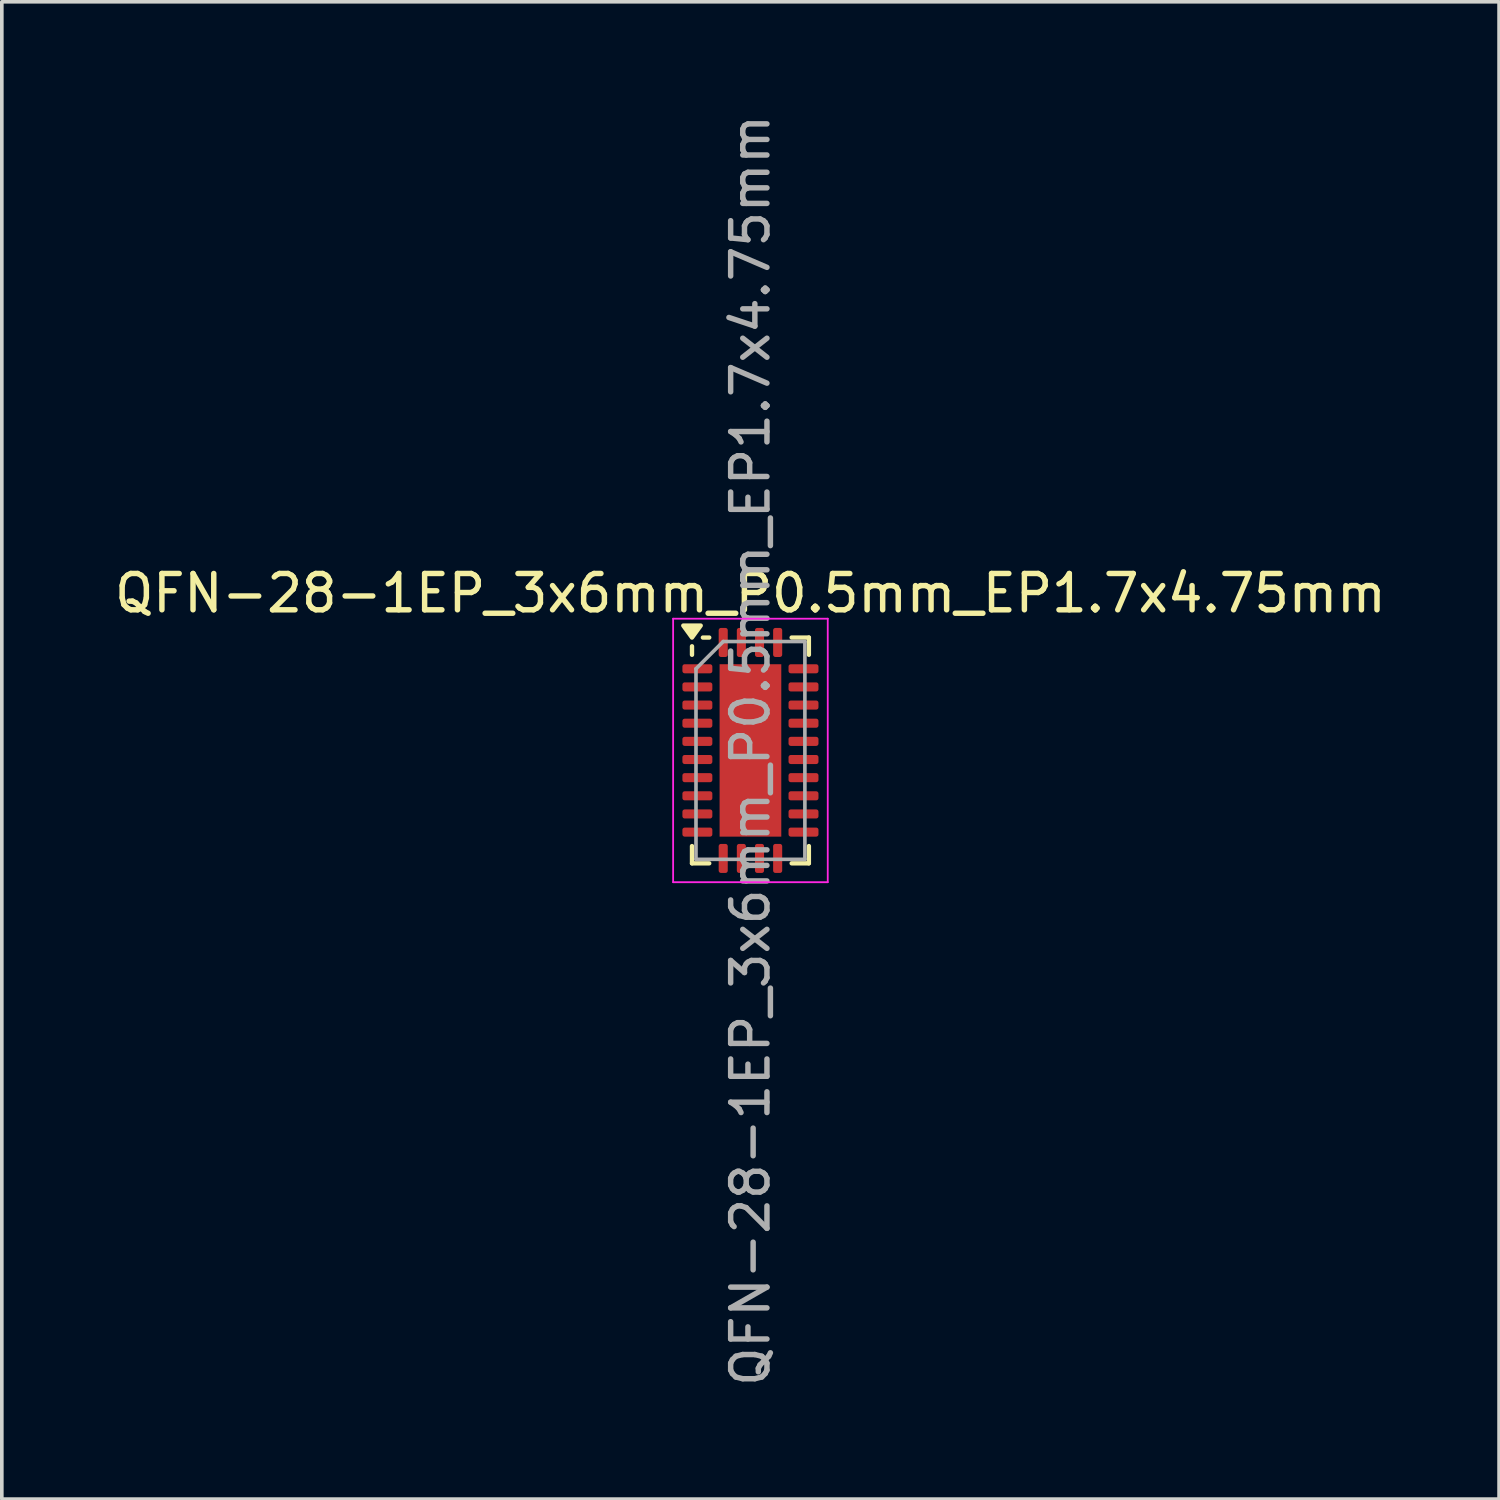
<source format=kicad_pcb>
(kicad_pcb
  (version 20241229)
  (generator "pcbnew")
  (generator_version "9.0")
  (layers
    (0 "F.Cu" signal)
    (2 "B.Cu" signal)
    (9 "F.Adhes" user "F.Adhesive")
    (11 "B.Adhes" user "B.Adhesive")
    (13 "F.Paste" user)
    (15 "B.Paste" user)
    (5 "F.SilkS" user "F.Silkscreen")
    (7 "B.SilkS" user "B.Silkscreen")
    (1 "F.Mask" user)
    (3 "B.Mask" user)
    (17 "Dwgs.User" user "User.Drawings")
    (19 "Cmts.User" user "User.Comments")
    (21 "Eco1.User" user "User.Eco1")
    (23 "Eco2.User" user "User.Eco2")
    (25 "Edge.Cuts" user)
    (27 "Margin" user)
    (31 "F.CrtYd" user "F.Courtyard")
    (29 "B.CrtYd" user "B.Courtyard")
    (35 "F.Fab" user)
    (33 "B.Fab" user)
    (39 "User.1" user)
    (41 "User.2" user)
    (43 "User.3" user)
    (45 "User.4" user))
  (footprint "QFN-28-1EP_3x6mm_P0.5mm_EP1.7x4.75mm"
    (layer "F.Cu")
    (at 17.625 17.625)
    (property "Reference" "QFN-28-1EP_3x6mm_P0.5mm_EP1.7x4.75mm" (at 0 -4.33 0) (layer "F.SilkS") (effects (font (size 1 1) (thickness 0.15))))
    (attr smd)
    (fp_line (start -1.61 -2.635) (end -1.61 -2.87) (stroke (width 0.12) (type solid)) (layer "F.SilkS"))
    (fp_line (start -1.61 3.11) (end -1.61 2.635) (stroke (width 0.12) (type solid)) (layer "F.SilkS"))
    (fp_line (start -1.135 -3.11) (end -1.31 -3.11) (stroke (width 0.12) (type solid)) (layer "F.SilkS"))
    (fp_line (start -1.135 3.11) (end -1.61 3.11) (stroke (width 0.12) (type solid)) (layer "F.SilkS"))
    (fp_line (start 1.135 -3.11) (end 1.61 -3.11) (stroke (width 0.12) (type solid)) (layer "F.SilkS"))
    (fp_line (start 1.135 3.11) (end 1.61 3.11) (stroke (width 0.12) (type solid)) (layer "F.SilkS"))
    (fp_line (start 1.61 -3.11) (end 1.61 -2.635) (stroke (width 0.12) (type solid)) (layer "F.SilkS"))
    (fp_line (start 1.61 3.11) (end 1.61 2.635) (stroke (width 0.12) (type solid)) (layer "F.SilkS"))
    (fp_poly (pts (xy -1.61 -3.11) (xy -1.85 -3.44) (xy -1.37 -3.44) (xy -1.61 -3.11)) (stroke (width 0.12) (type solid)) (fill yes) (layer "F.SilkS"))
    (fp_line (start -2.13 -3.63) (end -2.13 3.63) (stroke (width 0.05) (type solid)) (layer "F.CrtYd"))
    (fp_line (start -2.13 3.63) (end 2.13 3.63) (stroke (width 0.05) (type solid)) (layer "F.CrtYd"))
    (fp_line (start 2.13 -3.63) (end -2.13 -3.63) (stroke (width 0.05) (type solid)) (layer "F.CrtYd"))
    (fp_line (start 2.13 3.63) (end 2.13 -3.63) (stroke (width 0.05) (type solid)) (layer "F.CrtYd"))
    (fp_line (start -1.5 -2.25) (end -0.75 -3) (stroke (width 0.1) (type solid)) (layer "F.Fab"))
    (fp_line (start -1.5 3) (end -1.5 -2.25) (stroke (width 0.1) (type solid)) (layer "F.Fab"))
    (fp_line (start -0.75 -3) (end 1.5 -3) (stroke (width 0.1) (type solid)) (layer "F.Fab"))
    (fp_line (start 1.5 -3) (end 1.5 3) (stroke (width 0.1) (type solid)) (layer "F.Fab"))
    (fp_line (start 1.5 3) (end -1.5 3) (stroke (width 0.1) (type solid)) (layer "F.Fab"))
    (fp_text user "${REFERENCE}" (at 0 0 90) (layer "F.Fab") (effects (font (size 1 1) (thickness 0.15))))
    (pad "" smd roundrect (at -0.425 -1.785) (size 0.69 0.96) (layers "F.Paste") (roundrect_rratio 0.25))
    (pad "" smd roundrect (at -0.425 -0.595) (size 0.69 0.96) (layers "F.Paste") (roundrect_rratio 0.25))
    (pad "" smd roundrect (at -0.425 0.595) (size 0.69 0.96) (layers "F.Paste") (roundrect_rratio 0.25))
    (pad "" smd roundrect (at -0.425 1.785) (size 0.69 0.96) (layers "F.Paste") (roundrect_rratio 0.25))
    (pad "" smd roundrect (at 0.425 -1.785) (size 0.69 0.96) (layers "F.Paste") (roundrect_rratio 0.25))
    (pad "" smd roundrect (at 0.425 -0.595) (size 0.69 0.96) (layers "F.Paste") (roundrect_rratio 0.25))
    (pad "" smd roundrect (at 0.425 0.595) (size 0.69 0.96) (layers "F.Paste") (roundrect_rratio 0.25))
    (pad "" smd roundrect (at 0.425 1.785) (size 0.69 0.96) (layers "F.Paste") (roundrect_rratio 0.25))
    (pad "1" smd roundrect (at -1.462 -2.25) (size 0.825 0.25) (layers "F.Cu" "F.Mask" "F.Paste") (roundrect_rratio 0.25))
    (pad "2" smd roundrect (at -1.462 -1.75) (size 0.825 0.25) (layers "F.Cu" "F.Mask" "F.Paste") (roundrect_rratio 0.25))
    (pad "3" smd roundrect (at -1.462 -1.25) (size 0.825 0.25) (layers "F.Cu" "F.Mask" "F.Paste") (roundrect_rratio 0.25))
    (pad "4" smd roundrect (at -1.462 -0.75) (size 0.825 0.25) (layers "F.Cu" "F.Mask" "F.Paste") (roundrect_rratio 0.25))
    (pad "5" smd roundrect (at -1.462 -0.25) (size 0.825 0.25) (layers "F.Cu" "F.Mask" "F.Paste") (roundrect_rratio 0.25))
    (pad "6" smd roundrect (at -1.462 0.25) (size 0.825 0.25) (layers "F.Cu" "F.Mask" "F.Paste") (roundrect_rratio 0.25))
    (pad "7" smd roundrect (at -1.462 0.75) (size 0.825 0.25) (layers "F.Cu" "F.Mask" "F.Paste") (roundrect_rratio 0.25))
    (pad "8" smd roundrect (at -1.462 1.25) (size 0.825 0.25) (layers "F.Cu" "F.Mask" "F.Paste") (roundrect_rratio 0.25))
    (pad "9" smd roundrect (at -1.462 1.75) (size 0.825 0.25) (layers "F.Cu" "F.Mask" "F.Paste") (roundrect_rratio 0.25))
    (pad "10" smd roundrect (at -1.462 2.25) (size 0.825 0.25) (layers "F.Cu" "F.Mask" "F.Paste") (roundrect_rratio 0.25))
    (pad "11" smd roundrect (at -0.75 2.975) (size 0.25 0.8) (layers "F.Cu" "F.Mask" "F.Paste") (roundrect_rratio 0.25))
    (pad "12" smd roundrect (at -0.25 2.975) (size 0.25 0.8) (layers "F.Cu" "F.Mask" "F.Paste") (roundrect_rratio 0.25))
    (pad "13" smd roundrect (at 0.25 2.975) (size 0.25 0.8) (layers "F.Cu" "F.Mask" "F.Paste") (roundrect_rratio 0.25))
    (pad "14" smd roundrect (at 0.75 2.975) (size 0.25 0.8) (layers "F.Cu" "F.Mask" "F.Paste") (roundrect_rratio 0.25))
    (pad "15" smd roundrect (at 1.462 2.25) (size 0.825 0.25) (layers "F.Cu" "F.Mask" "F.Paste") (roundrect_rratio 0.25))
    (pad "16" smd roundrect (at 1.462 1.75) (size 0.825 0.25) (layers "F.Cu" "F.Mask" "F.Paste") (roundrect_rratio 0.25))
    (pad "17" smd roundrect (at 1.462 1.25) (size 0.825 0.25) (layers "F.Cu" "F.Mask" "F.Paste") (roundrect_rratio 0.25))
    (pad "18" smd roundrect (at 1.462 0.75) (size 0.825 0.25) (layers "F.Cu" "F.Mask" "F.Paste") (roundrect_rratio 0.25))
    (pad "19" smd roundrect (at 1.462 0.25) (size 0.825 0.25) (layers "F.Cu" "F.Mask" "F.Paste") (roundrect_rratio 0.25))
    (pad "20" smd roundrect (at 1.462 -0.25) (size 0.825 0.25) (layers "F.Cu" "F.Mask" "F.Paste") (roundrect_rratio 0.25))
    (pad "21" smd roundrect (at 1.462 -0.75) (size 0.825 0.25) (layers "F.Cu" "F.Mask" "F.Paste") (roundrect_rratio 0.25))
    (pad "22" smd roundrect (at 1.462 -1.25) (size 0.825 0.25) (layers "F.Cu" "F.Mask" "F.Paste") (roundrect_rratio 0.25))
    (pad "23" smd roundrect (at 1.462 -1.75) (size 0.825 0.25) (layers "F.Cu" "F.Mask" "F.Paste") (roundrect_rratio 0.25))
    (pad "24" smd roundrect (at 1.462 -2.25) (size 0.825 0.25) (layers "F.Cu" "F.Mask" "F.Paste") (roundrect_rratio 0.25))
    (pad "25" smd roundrect (at 0.75 -2.975) (size 0.25 0.8) (layers "F.Cu" "F.Mask" "F.Paste") (roundrect_rratio 0.25))
    (pad "26" smd roundrect (at 0.25 -2.975) (size 0.25 0.8) (layers "F.Cu" "F.Mask" "F.Paste") (roundrect_rratio 0.25))
    (pad "27" smd roundrect (at -0.25 -2.975) (size 0.25 0.8) (layers "F.Cu" "F.Mask" "F.Paste") (roundrect_rratio 0.25))
    (pad "28" smd roundrect (at -0.75 -2.975) (size 0.25 0.8) (layers "F.Cu" "F.Mask" "F.Paste") (roundrect_rratio 0.25))
    (pad "29" smd rect (at 0 0) (size 1.7 4.75) (property pad_prop_heatsink) (layers "F.Cu" "F.Mask")))
  (gr_rect
    (start -3 -3)
    (end 38.25 38.25)
    (stroke (width 0.1) (type default))
    (fill no)
    (layer "Edge.Cuts")))
</source>
